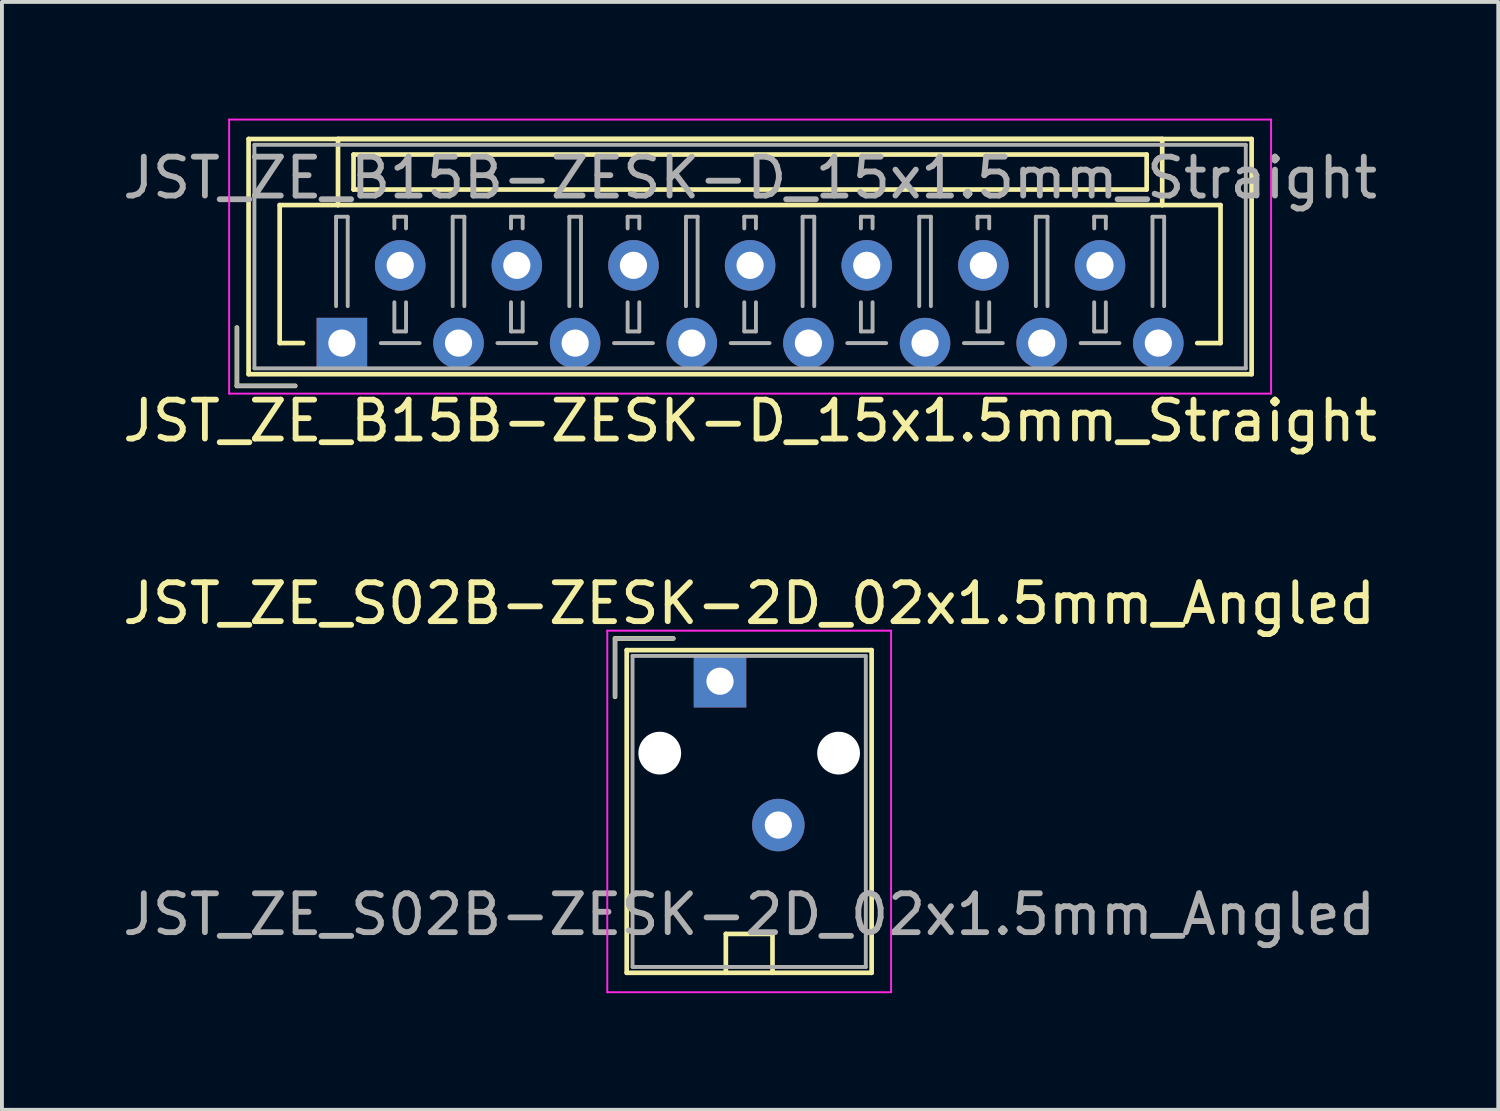
<source format=kicad_pcb>
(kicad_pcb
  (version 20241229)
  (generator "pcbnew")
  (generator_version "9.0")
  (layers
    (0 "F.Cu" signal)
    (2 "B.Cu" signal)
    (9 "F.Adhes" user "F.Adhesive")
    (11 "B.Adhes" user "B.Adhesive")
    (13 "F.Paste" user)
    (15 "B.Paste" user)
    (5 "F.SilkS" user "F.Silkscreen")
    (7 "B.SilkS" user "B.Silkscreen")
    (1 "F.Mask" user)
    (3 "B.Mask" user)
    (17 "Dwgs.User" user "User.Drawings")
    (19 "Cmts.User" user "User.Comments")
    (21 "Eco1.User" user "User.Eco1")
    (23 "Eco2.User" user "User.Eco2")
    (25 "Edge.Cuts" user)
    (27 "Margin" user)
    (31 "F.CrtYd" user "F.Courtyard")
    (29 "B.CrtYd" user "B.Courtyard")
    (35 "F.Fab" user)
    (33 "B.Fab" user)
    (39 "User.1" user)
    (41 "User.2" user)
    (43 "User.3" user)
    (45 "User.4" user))
  (footprint "JST_ZE_S02B-ZESK-2D_02x1.5mm_Angled"
    (layer "F.Cu")
    (at 15.47 14.472)
    (property "Reference" "JST_ZE_S02B-ZESK-2D_02x1.5mm_Angled" (at 0.75 -2 0) (layer "F.SilkS") (effects (font (size 1 1) (thickness 0.15))))
    (attr through_hole)
    (fp_line (start -2.7 -1.1) (end -1.2 -1.1) (stroke (width 0.12) (type solid)) (layer "F.SilkS"))
    (fp_line (start -2.7 0.4) (end -2.7 -1.1) (stroke (width 0.12) (type solid)) (layer "F.SilkS"))
    (fp_line (start -2.4 -0.8) (end -2.4 7.5) (stroke (width 0.12) (type solid)) (layer "F.SilkS"))
    (fp_line (start -2.4 7.5) (end 3.9 7.5) (stroke (width 0.12) (type solid)) (layer "F.SilkS"))
    (fp_line (start 0.15 6.5) (end 1.35 6.5) (stroke (width 0.12) (type solid)) (layer "F.SilkS"))
    (fp_line (start 0.15 7.5) (end 0.15 6.5) (stroke (width 0.12) (type solid)) (layer "F.SilkS"))
    (fp_line (start 1.35 6.5) (end 1.35 7.5) (stroke (width 0.12) (type solid)) (layer "F.SilkS"))
    (fp_line (start 3.9 -0.8) (end -2.4 -0.8) (stroke (width 0.12) (type solid)) (layer "F.SilkS"))
    (fp_line (start 3.9 7.5) (end 3.9 -0.8) (stroke (width 0.12) (type solid)) (layer "F.SilkS"))
    (fp_line (start -2.9 -1.3) (end -2.9 8) (stroke (width 0.05) (type solid)) (layer "F.CrtYd"))
    (fp_line (start -2.9 8) (end 4.4 8) (stroke (width 0.05) (type solid)) (layer "F.CrtYd"))
    (fp_line (start 4.4 -1.3) (end -2.9 -1.3) (stroke (width 0.05) (type solid)) (layer "F.CrtYd"))
    (fp_line (start 4.4 8) (end 4.4 -1.3) (stroke (width 0.05) (type solid)) (layer "F.CrtYd"))
    (fp_line (start -2.7 -1.1) (end -1.2 -1.1) (stroke (width 0.1) (type solid)) (layer "F.Fab"))
    (fp_line (start -2.7 0.4) (end -2.7 -1.1) (stroke (width 0.1) (type solid)) (layer "F.Fab"))
    (fp_line (start -2.25 -0.65) (end -2.25 7.35) (stroke (width 0.1) (type solid)) (layer "F.Fab"))
    (fp_line (start -2.25 7.35) (end 3.75 7.35) (stroke (width 0.1) (type solid)) (layer "F.Fab"))
    (fp_line (start 3.75 -0.65) (end -2.25 -0.65) (stroke (width 0.1) (type solid)) (layer "F.Fab"))
    (fp_line (start 3.75 7.35) (end 3.75 -0.65) (stroke (width 0.1) (type solid)) (layer "F.Fab"))
    (fp_text user "${REFERENCE}" (at 0.75 6 0) (layer "F.Fab") (effects (font (size 1 1) (thickness 0.15))))
    (pad "" np_thru_hole circle (at -1.55 1.85) (size 1.1 1.1) (drill 1.1) (layers "*.Cu"))
    (pad "" np_thru_hole circle (at 3.05 1.85) (size 1.1 1.1) (drill 1.1) (layers "*.Cu"))
    (pad "1" thru_hole rect (at 0 0) (size 1.35 1.35) (drill 0.7) (layers "*.Cu" "*.Mask"))
    (pad "2" thru_hole circle (at 1.5 3.7) (size 1.35 1.35) (drill 0.7) (layers "*.Cu" "*.Mask")))
  (footprint "JST_ZE_B15B-ZESK-D_15x1.5mm_Straight"
    (layer "F.Cu")
    (at 5.744 5.775)
    (property "Reference" "JST_ZE_B15B-ZESK-D_15x1.5mm_Straight" (at 10.5 2 0) (layer "F.SilkS") (effects (font (size 1 1) (thickness 0.15))))
    (attr through_hole)
    (fp_line (start -2.7 -0.4) (end -2.7 1.1) (stroke (width 0.12) (type solid)) (layer "F.SilkS"))
    (fp_line (start -2.7 1.1) (end -1.2 1.1) (stroke (width 0.12) (type solid)) (layer "F.SilkS"))
    (fp_line (start -2.4 -5.25) (end -2.4 0.8) (stroke (width 0.12) (type solid)) (layer "F.SilkS"))
    (fp_line (start -2.4 0.8) (end 23.4 0.8) (stroke (width 0.12) (type solid)) (layer "F.SilkS"))
    (fp_line (start -1.6 -3.55) (end -1.6 0) (stroke (width 0.12) (type solid)) (layer "F.SilkS"))
    (fp_line (start -1.6 0) (end -1 0) (stroke (width 0.12) (type solid)) (layer "F.SilkS"))
    (fp_line (start -0.1 -5.25) (end -0.1 -3.55) (stroke (width 0.12) (type solid)) (layer "F.SilkS"))
    (fp_line (start -0.1 -3.55) (end -1.6 -3.55) (stroke (width 0.12) (type solid)) (layer "F.SilkS"))
    (fp_line (start -0.1 -3.55) (end 21.1 -3.55) (stroke (width 0.12) (type solid)) (layer "F.SilkS"))
    (fp_line (start 0.3 -4.85) (end 0.3 -3.95) (stroke (width 0.12) (type solid)) (layer "F.SilkS"))
    (fp_line (start 0.3 -3.95) (end 20.7 -3.95) (stroke (width 0.12) (type solid)) (layer "F.SilkS"))
    (fp_line (start 20.7 -4.85) (end 0.3 -4.85) (stroke (width 0.12) (type solid)) (layer "F.SilkS"))
    (fp_line (start 20.7 -3.95) (end 20.7 -4.85) (stroke (width 0.12) (type solid)) (layer "F.SilkS"))
    (fp_line (start 21.1 -5.25) (end -0.1 -5.25) (stroke (width 0.12) (type solid)) (layer "F.SilkS"))
    (fp_line (start 21.1 -3.55) (end 21.1 -5.25) (stroke (width 0.12) (type solid)) (layer "F.SilkS"))
    (fp_line (start 21.1 -3.55) (end 22.6 -3.55) (stroke (width 0.12) (type solid)) (layer "F.SilkS"))
    (fp_line (start 22.6 -3.55) (end 22.6 0) (stroke (width 0.12) (type solid)) (layer "F.SilkS"))
    (fp_line (start 22.6 0) (end 22 0) (stroke (width 0.12) (type solid)) (layer "F.SilkS"))
    (fp_line (start 23.4 -5.25) (end -2.4 -5.25) (stroke (width 0.12) (type solid)) (layer "F.SilkS"))
    (fp_line (start 23.4 0.8) (end 23.4 -5.25) (stroke (width 0.12) (type solid)) (layer "F.SilkS"))
    (fp_line (start -2.9 -5.75) (end -2.9 1.3) (stroke (width 0.05) (type solid)) (layer "F.CrtYd"))
    (fp_line (start -2.9 1.3) (end 23.9 1.3) (stroke (width 0.05) (type solid)) (layer "F.CrtYd"))
    (fp_line (start 23.9 -5.75) (end -2.9 -5.75) (stroke (width 0.05) (type solid)) (layer "F.CrtYd"))
    (fp_line (start 23.9 1.3) (end 23.9 -5.75) (stroke (width 0.05) (type solid)) (layer "F.CrtYd"))
    (fp_line (start -2.7 -0.4) (end -2.7 1.1) (stroke (width 0.1) (type solid)) (layer "F.Fab"))
    (fp_line (start -2.7 1.1) (end -1.2 1.1) (stroke (width 0.1) (type solid)) (layer "F.Fab"))
    (fp_line (start -2.25 -5.1) (end -2.25 0.65) (stroke (width 0.1) (type solid)) (layer "F.Fab"))
    (fp_line (start -2.25 0.65) (end 23.25 0.65) (stroke (width 0.1) (type solid)) (layer "F.Fab"))
    (fp_line (start -0.15 -3.25) (end 0.15 -3.25) (stroke (width 0.1) (type solid)) (layer "F.Fab"))
    (fp_line (start -0.15 -0.95) (end -0.15 -3.25) (stroke (width 0.1) (type solid)) (layer "F.Fab"))
    (fp_line (start 0.15 -3.25) (end 0.15 -0.95) (stroke (width 0.1) (type solid)) (layer "F.Fab"))
    (fp_line (start 1 0) (end 2 0) (stroke (width 0.1) (type solid)) (layer "F.Fab"))
    (fp_line (start 1.35 -3.25) (end 1.65 -3.25) (stroke (width 0.1) (type solid)) (layer "F.Fab"))
    (fp_line (start 1.35 -2.95) (end 1.35 -3.25) (stroke (width 0.1) (type solid)) (layer "F.Fab"))
    (fp_line (start 1.35 -1.05) (end 1.35 -0.3) (stroke (width 0.1) (type solid)) (layer "F.Fab"))
    (fp_line (start 1.35 -0.3) (end 1.65 -0.3) (stroke (width 0.1) (type solid)) (layer "F.Fab"))
    (fp_line (start 1.65 -3.25) (end 1.65 -2.95) (stroke (width 0.1) (type solid)) (layer "F.Fab"))
    (fp_line (start 1.65 -0.3) (end 1.65 -1.05) (stroke (width 0.1) (type solid)) (layer "F.Fab"))
    (fp_line (start 2.85 -3.25) (end 3.15 -3.25) (stroke (width 0.1) (type solid)) (layer "F.Fab"))
    (fp_line (start 2.85 -0.95) (end 2.85 -3.25) (stroke (width 0.1) (type solid)) (layer "F.Fab"))
    (fp_line (start 3.15 -3.25) (end 3.15 -0.95) (stroke (width 0.1) (type solid)) (layer "F.Fab"))
    (fp_line (start 4 0) (end 5 0) (stroke (width 0.1) (type solid)) (layer "F.Fab"))
    (fp_line (start 4.35 -3.25) (end 4.65 -3.25) (stroke (width 0.1) (type solid)) (layer "F.Fab"))
    (fp_line (start 4.35 -2.95) (end 4.35 -3.25) (stroke (width 0.1) (type solid)) (layer "F.Fab"))
    (fp_line (start 4.35 -1.05) (end 4.35 -0.3) (stroke (width 0.1) (type solid)) (layer "F.Fab"))
    (fp_line (start 4.35 -0.3) (end 4.65 -0.3) (stroke (width 0.1) (type solid)) (layer "F.Fab"))
    (fp_line (start 4.65 -3.25) (end 4.65 -2.95) (stroke (width 0.1) (type solid)) (layer "F.Fab"))
    (fp_line (start 4.65 -0.3) (end 4.65 -1.05) (stroke (width 0.1) (type solid)) (layer "F.Fab"))
    (fp_line (start 5.85 -3.25) (end 6.15 -3.25) (stroke (width 0.1) (type solid)) (layer "F.Fab"))
    (fp_line (start 5.85 -0.95) (end 5.85 -3.25) (stroke (width 0.1) (type solid)) (layer "F.Fab"))
    (fp_line (start 6.15 -3.25) (end 6.15 -0.95) (stroke (width 0.1) (type solid)) (layer "F.Fab"))
    (fp_line (start 7 0) (end 8 0) (stroke (width 0.1) (type solid)) (layer "F.Fab"))
    (fp_line (start 7.35 -3.25) (end 7.65 -3.25) (stroke (width 0.1) (type solid)) (layer "F.Fab"))
    (fp_line (start 7.35 -2.95) (end 7.35 -3.25) (stroke (width 0.1) (type solid)) (layer "F.Fab"))
    (fp_line (start 7.35 -1.05) (end 7.35 -0.3) (stroke (width 0.1) (type solid)) (layer "F.Fab"))
    (fp_line (start 7.35 -0.3) (end 7.65 -0.3) (stroke (width 0.1) (type solid)) (layer "F.Fab"))
    (fp_line (start 7.65 -3.25) (end 7.65 -2.95) (stroke (width 0.1) (type solid)) (layer "F.Fab"))
    (fp_line (start 7.65 -0.3) (end 7.65 -1.05) (stroke (width 0.1) (type solid)) (layer "F.Fab"))
    (fp_line (start 8.85 -3.25) (end 9.15 -3.25) (stroke (width 0.1) (type solid)) (layer "F.Fab"))
    (fp_line (start 8.85 -0.95) (end 8.85 -3.25) (stroke (width 0.1) (type solid)) (layer "F.Fab"))
    (fp_line (start 9.15 -3.25) (end 9.15 -0.95) (stroke (width 0.1) (type solid)) (layer "F.Fab"))
    (fp_line (start 10 0) (end 11 0) (stroke (width 0.1) (type solid)) (layer "F.Fab"))
    (fp_line (start 10.35 -3.25) (end 10.65 -3.25) (stroke (width 0.1) (type solid)) (layer "F.Fab"))
    (fp_line (start 10.35 -2.95) (end 10.35 -3.25) (stroke (width 0.1) (type solid)) (layer "F.Fab"))
    (fp_line (start 10.35 -1.05) (end 10.35 -0.3) (stroke (width 0.1) (type solid)) (layer "F.Fab"))
    (fp_line (start 10.35 -0.3) (end 10.65 -0.3) (stroke (width 0.1) (type solid)) (layer "F.Fab"))
    (fp_line (start 10.65 -3.25) (end 10.65 -2.95) (stroke (width 0.1) (type solid)) (layer "F.Fab"))
    (fp_line (start 10.65 -0.3) (end 10.65 -1.05) (stroke (width 0.1) (type solid)) (layer "F.Fab"))
    (fp_line (start 11.85 -3.25) (end 12.15 -3.25) (stroke (width 0.1) (type solid)) (layer "F.Fab"))
    (fp_line (start 11.85 -0.95) (end 11.85 -3.25) (stroke (width 0.1) (type solid)) (layer "F.Fab"))
    (fp_line (start 12.15 -3.25) (end 12.15 -0.95) (stroke (width 0.1) (type solid)) (layer "F.Fab"))
    (fp_line (start 13 0) (end 14 0) (stroke (width 0.1) (type solid)) (layer "F.Fab"))
    (fp_line (start 13.35 -3.25) (end 13.65 -3.25) (stroke (width 0.1) (type solid)) (layer "F.Fab"))
    (fp_line (start 13.35 -2.95) (end 13.35 -3.25) (stroke (width 0.1) (type solid)) (layer "F.Fab"))
    (fp_line (start 13.35 -1.05) (end 13.35 -0.3) (stroke (width 0.1) (type solid)) (layer "F.Fab"))
    (fp_line (start 13.35 -0.3) (end 13.65 -0.3) (stroke (width 0.1) (type solid)) (layer "F.Fab"))
    (fp_line (start 13.65 -3.25) (end 13.65 -2.95) (stroke (width 0.1) (type solid)) (layer "F.Fab"))
    (fp_line (start 13.65 -0.3) (end 13.65 -1.05) (stroke (width 0.1) (type solid)) (layer "F.Fab"))
    (fp_line (start 14.85 -3.25) (end 15.15 -3.25) (stroke (width 0.1) (type solid)) (layer "F.Fab"))
    (fp_line (start 14.85 -0.95) (end 14.85 -3.25) (stroke (width 0.1) (type solid)) (layer "F.Fab"))
    (fp_line (start 15.15 -3.25) (end 15.15 -0.95) (stroke (width 0.1) (type solid)) (layer "F.Fab"))
    (fp_line (start 16 0) (end 17 0) (stroke (width 0.1) (type solid)) (layer "F.Fab"))
    (fp_line (start 16.35 -3.25) (end 16.65 -3.25) (stroke (width 0.1) (type solid)) (layer "F.Fab"))
    (fp_line (start 16.35 -2.95) (end 16.35 -3.25) (stroke (width 0.1) (type solid)) (layer "F.Fab"))
    (fp_line (start 16.35 -1.05) (end 16.35 -0.3) (stroke (width 0.1) (type solid)) (layer "F.Fab"))
    (fp_line (start 16.35 -0.3) (end 16.65 -0.3) (stroke (width 0.1) (type solid)) (layer "F.Fab"))
    (fp_line (start 16.65 -3.25) (end 16.65 -2.95) (stroke (width 0.1) (type solid)) (layer "F.Fab"))
    (fp_line (start 16.65 -0.3) (end 16.65 -1.05) (stroke (width 0.1) (type solid)) (layer "F.Fab"))
    (fp_line (start 17.85 -3.25) (end 18.15 -3.25) (stroke (width 0.1) (type solid)) (layer "F.Fab"))
    (fp_line (start 17.85 -0.95) (end 17.85 -3.25) (stroke (width 0.1) (type solid)) (layer "F.Fab"))
    (fp_line (start 18.15 -3.25) (end 18.15 -0.95) (stroke (width 0.1) (type solid)) (layer "F.Fab"))
    (fp_line (start 19 0) (end 20 0) (stroke (width 0.1) (type solid)) (layer "F.Fab"))
    (fp_line (start 19.35 -3.25) (end 19.65 -3.25) (stroke (width 0.1) (type solid)) (layer "F.Fab"))
    (fp_line (start 19.35 -2.95) (end 19.35 -3.25) (stroke (width 0.1) (type solid)) (layer "F.Fab"))
    (fp_line (start 19.35 -1.05) (end 19.35 -0.3) (stroke (width 0.1) (type solid)) (layer "F.Fab"))
    (fp_line (start 19.35 -0.3) (end 19.65 -0.3) (stroke (width 0.1) (type solid)) (layer "F.Fab"))
    (fp_line (start 19.65 -3.25) (end 19.65 -2.95) (stroke (width 0.1) (type solid)) (layer "F.Fab"))
    (fp_line (start 19.65 -0.3) (end 19.65 -1.05) (stroke (width 0.1) (type solid)) (layer "F.Fab"))
    (fp_line (start 20.85 -3.25) (end 21.15 -3.25) (stroke (width 0.1) (type solid)) (layer "F.Fab"))
    (fp_line (start 20.85 -0.95) (end 20.85 -3.25) (stroke (width 0.1) (type solid)) (layer "F.Fab"))
    (fp_line (start 21.15 -3.25) (end 21.15 -0.95) (stroke (width 0.1) (type solid)) (layer "F.Fab"))
    (fp_line (start 23.25 -5.1) (end -2.25 -5.1) (stroke (width 0.1) (type solid)) (layer "F.Fab"))
    (fp_line (start 23.25 0.65) (end 23.25 -5.1) (stroke (width 0.1) (type solid)) (layer "F.Fab"))
    (fp_text user "${REFERENCE}" (at 10.5 -4.25 0) (layer "F.Fab") (effects (font (size 1 1) (thickness 0.15))))
    (pad "1" thru_hole rect (at 0 0) (size 1.3 1.3) (drill 0.7) (layers "*.Cu" "*.Mask"))
    (pad "2" thru_hole circle (at 1.5 -2) (size 1.3 1.3) (drill 0.7) (layers "*.Cu" "*.Mask"))
    (pad "3" thru_hole circle (at 3 0) (size 1.3 1.3) (drill 0.7) (layers "*.Cu" "*.Mask"))
    (pad "4" thru_hole circle (at 4.5 -2) (size 1.3 1.3) (drill 0.7) (layers "*.Cu" "*.Mask"))
    (pad "5" thru_hole circle (at 6 0) (size 1.3 1.3) (drill 0.7) (layers "*.Cu" "*.Mask"))
    (pad "6" thru_hole circle (at 7.5 -2) (size 1.3 1.3) (drill 0.7) (layers "*.Cu" "*.Mask"))
    (pad "7" thru_hole circle (at 9 0) (size 1.3 1.3) (drill 0.7) (layers "*.Cu" "*.Mask"))
    (pad "8" thru_hole circle (at 10.5 -2) (size 1.3 1.3) (drill 0.7) (layers "*.Cu" "*.Mask"))
    (pad "9" thru_hole circle (at 12 0) (size 1.3 1.3) (drill 0.7) (layers "*.Cu" "*.Mask"))
    (pad "10" thru_hole circle (at 13.5 -2) (size 1.3 1.3) (drill 0.7) (layers "*.Cu" "*.Mask"))
    (pad "11" thru_hole circle (at 15 0) (size 1.3 1.3) (drill 0.7) (layers "*.Cu" "*.Mask"))
    (pad "12" thru_hole circle (at 16.5 -2) (size 1.3 1.3) (drill 0.7) (layers "*.Cu" "*.Mask"))
    (pad "13" thru_hole circle (at 18 0) (size 1.3 1.3) (drill 0.7) (layers "*.Cu" "*.Mask"))
    (pad "14" thru_hole circle (at 19.5 -2) (size 1.3 1.3) (drill 0.7) (layers "*.Cu" "*.Mask"))
    (pad "15" thru_hole circle (at 21 0) (size 1.3 1.3) (drill 0.7) (layers "*.Cu" "*.Mask")))
  (gr_rect
    (start -3 -3)
    (end 35.488 25.497)
    (stroke (width 0.1) (type default))
    (fill no)
    (layer "Edge.Cuts")))
</source>
